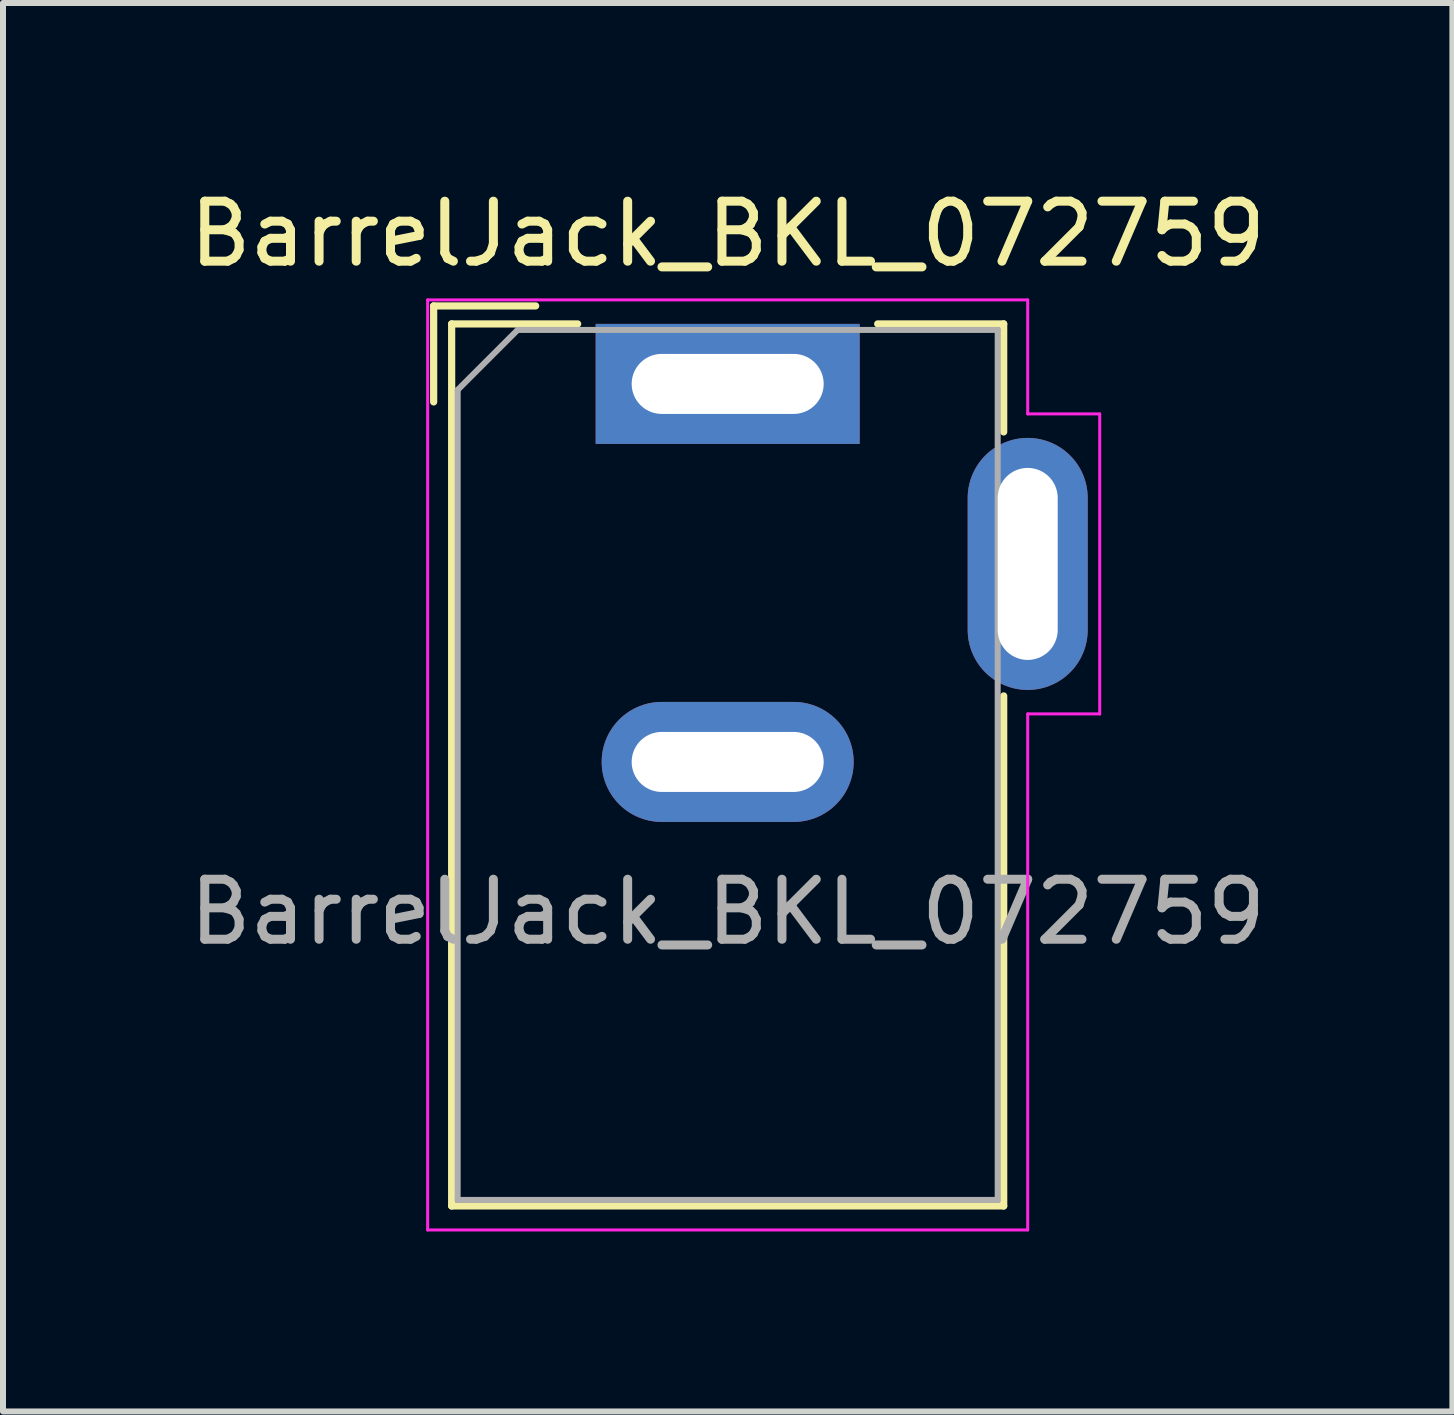
<source format=kicad_pcb>
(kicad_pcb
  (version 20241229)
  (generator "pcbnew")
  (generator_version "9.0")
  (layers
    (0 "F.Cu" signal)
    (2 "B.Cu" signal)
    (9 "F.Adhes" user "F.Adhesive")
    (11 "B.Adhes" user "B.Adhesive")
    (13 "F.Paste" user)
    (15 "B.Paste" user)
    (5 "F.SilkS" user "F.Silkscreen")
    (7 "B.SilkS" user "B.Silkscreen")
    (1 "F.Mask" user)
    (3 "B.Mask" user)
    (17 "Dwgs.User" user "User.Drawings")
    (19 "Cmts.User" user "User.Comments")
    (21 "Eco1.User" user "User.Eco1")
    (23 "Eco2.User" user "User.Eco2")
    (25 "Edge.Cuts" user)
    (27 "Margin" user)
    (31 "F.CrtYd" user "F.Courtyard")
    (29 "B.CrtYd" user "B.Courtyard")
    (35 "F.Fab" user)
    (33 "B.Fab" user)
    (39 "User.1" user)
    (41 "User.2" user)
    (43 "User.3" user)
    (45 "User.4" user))
  (footprint "BarrelJack_BKL_072759"
    (layer "F.Cu")
    (at 9.077 3.348)
    (property "Reference" "BarrelJack_BKL_072759" (at 0 -2.5 0) (layer "F.SilkS") (effects (font (size 1 1) (thickness 0.15))))
    (attr through_hole)
    (fp_line (start -4.9 -1.3) (end -4.9 0.3) (stroke (width 0.12) (type solid)) (layer "F.SilkS"))
    (fp_line (start -4.6 -1) (end -2.5 -1) (stroke (width 0.12) (type solid)) (layer "F.SilkS"))
    (fp_line (start -4.6 13.7) (end -4.6 -1) (stroke (width 0.12) (type solid)) (layer "F.SilkS"))
    (fp_line (start -3.2 -1.3) (end -4.9 -1.3) (stroke (width 0.12) (type solid)) (layer "F.SilkS"))
    (fp_line (start 2.5 -1) (end 4.6 -1) (stroke (width 0.12) (type solid)) (layer "F.SilkS"))
    (fp_line (start 4.6 -1) (end 4.6 0.8) (stroke (width 0.12) (type solid)) (layer "F.SilkS"))
    (fp_line (start 4.6 5.2) (end 4.6 13.7) (stroke (width 0.12) (type solid)) (layer "F.SilkS"))
    (fp_line (start 4.6 13.7) (end -4.6 13.7) (stroke (width 0.12) (type solid)) (layer "F.SilkS"))
    (fp_line (start -5 -1.4) (end -5 14.1) (stroke (width 0.05) (type solid)) (layer "F.CrtYd"))
    (fp_line (start -5 14.1) (end 5 14.1) (stroke (width 0.05) (type solid)) (layer "F.CrtYd"))
    (fp_line (start 5 -1.4) (end -5 -1.4) (stroke (width 0.05) (type solid)) (layer "F.CrtYd"))
    (fp_line (start 5 0.5) (end 5 -1.4) (stroke (width 0.05) (type solid)) (layer "F.CrtYd"))
    (fp_line (start 5 14.1) (end 5 5.5) (stroke (width 0.05) (type solid)) (layer "F.CrtYd"))
    (fp_line (start 6.2 0.5) (end 5 0.5) (stroke (width 0.05) (type solid)) (layer "F.CrtYd"))
    (fp_line (start 6.2 0.5) (end 6.2 5.5) (stroke (width 0.05) (type solid)) (layer "F.CrtYd"))
    (fp_line (start 6.2 5.5) (end 5 5.5) (stroke (width 0.05) (type solid)) (layer "F.CrtYd"))
    (fp_line (start -4.5 0.1) (end -3.5 -0.9) (stroke (width 0.1) (type solid)) (layer "F.Fab"))
    (fp_line (start -4.5 13.6) (end -4.5 0.1) (stroke (width 0.1) (type solid)) (layer "F.Fab"))
    (fp_line (start 4.5 -0.9) (end -3.5 -0.9) (stroke (width 0.1) (type solid)) (layer "F.Fab"))
    (fp_line (start 4.5 -0.9) (end 4.5 13.6) (stroke (width 0.1) (type solid)) (layer "F.Fab"))
    (fp_line (start 4.5 13.6) (end -4.5 13.6) (stroke (width 0.1) (type solid)) (layer "F.Fab"))
    (fp_text user "${REFERENCE}" (at 0 8.8 0) (layer "F.Fab") (effects (font (size 1 1) (thickness 0.15))))
    (pad "1" thru_hole rect (at 0 0) (size 4.4 2) (drill oval 3.2 1) (layers "*.Cu" "*.Mask"))
    (pad "2" thru_hole oval (at 0 6.3) (size 4.2 2) (drill oval 3.2 1) (layers "*.Cu" "*.Mask"))
    (pad "3" thru_hole oval (at 5 3 90) (size 4.2 2) (drill oval 3.2 1) (layers "*.Cu" "*.Mask")))
  (gr_rect
    (start -3 -3)
    (end 21.155 20.473)
    (stroke (width 0.1) (type default))
    (fill no)
    (layer "Edge.Cuts")))
</source>
